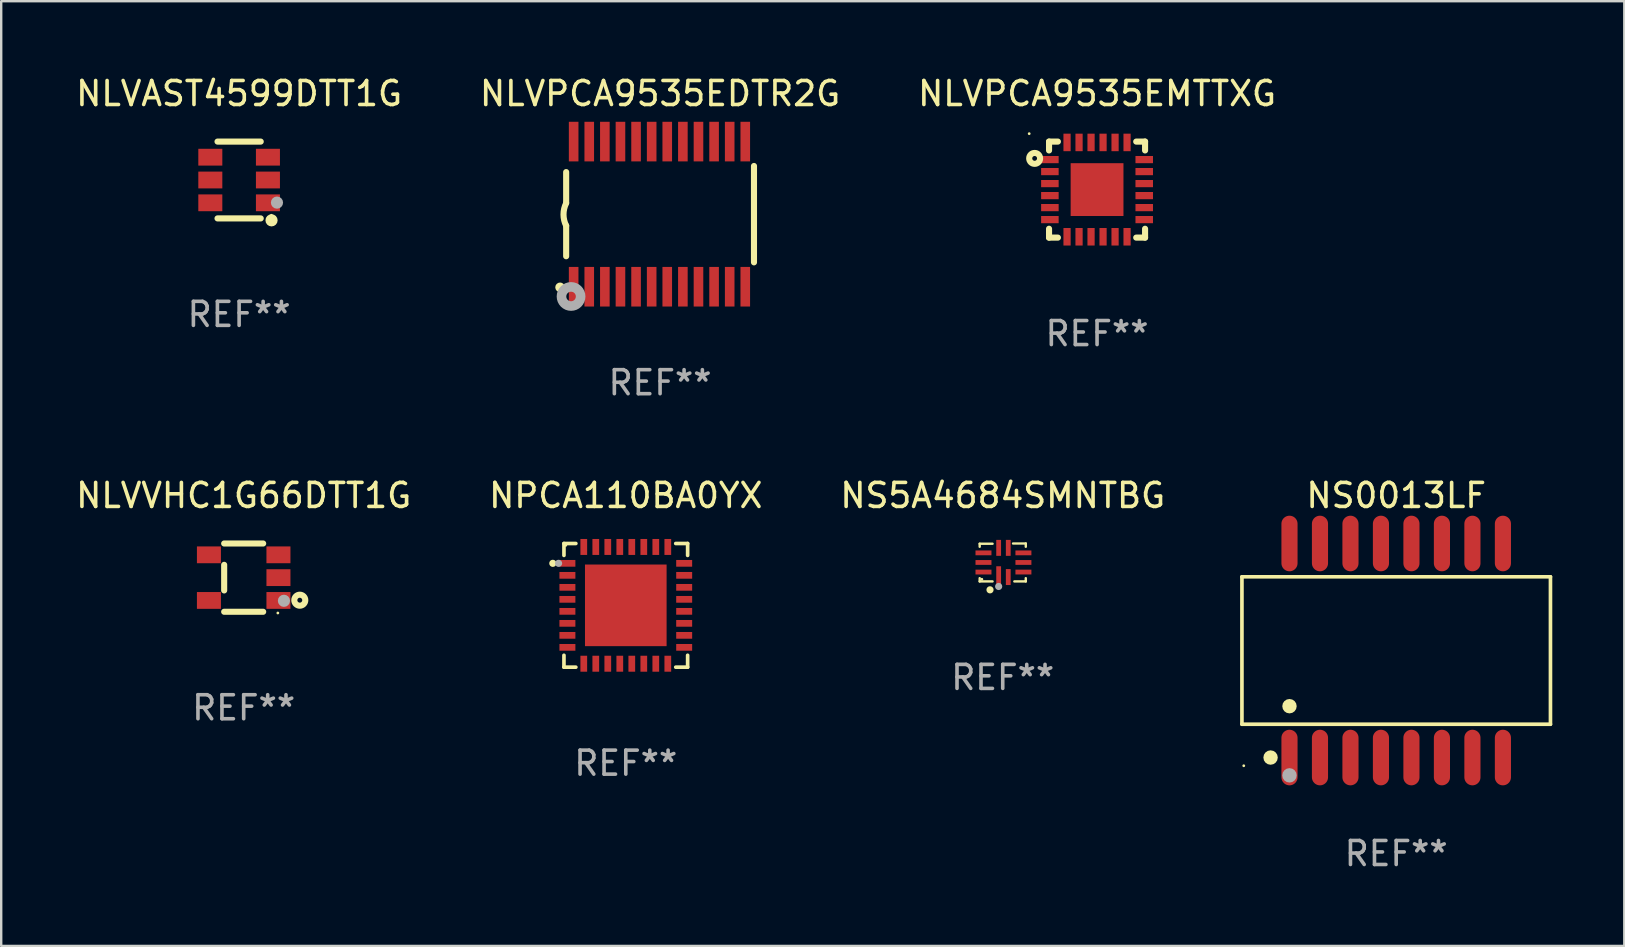
<source format=kicad_pcb>
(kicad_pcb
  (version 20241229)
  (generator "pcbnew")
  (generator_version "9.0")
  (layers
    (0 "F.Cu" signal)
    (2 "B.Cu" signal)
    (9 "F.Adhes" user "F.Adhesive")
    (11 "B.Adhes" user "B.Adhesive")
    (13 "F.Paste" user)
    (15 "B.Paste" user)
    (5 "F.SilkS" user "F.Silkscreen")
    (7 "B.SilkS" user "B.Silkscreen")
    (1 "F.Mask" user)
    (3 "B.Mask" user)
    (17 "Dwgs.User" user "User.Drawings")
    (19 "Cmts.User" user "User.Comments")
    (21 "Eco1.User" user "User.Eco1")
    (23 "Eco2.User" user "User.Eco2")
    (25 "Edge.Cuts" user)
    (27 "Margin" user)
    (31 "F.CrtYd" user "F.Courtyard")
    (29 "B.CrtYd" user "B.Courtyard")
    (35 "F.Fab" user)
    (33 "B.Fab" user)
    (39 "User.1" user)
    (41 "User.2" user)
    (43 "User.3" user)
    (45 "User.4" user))
  (footprint "NS0013LF"
    (layer "F.Cu")
    (at 55.11 24.048)
    (property "Reference" "NS0013LF" (at 0 -6.458 0) (layer "F.SilkS") (effects (font (size 1 1) (thickness 0.15))))
    (attr through_hole)
    (fp_line (start -6.426 -3.071) (end 6.426 -3.071) (stroke (width 0.152) (type solid)) (layer "F.SilkS"))
    (fp_line (start -6.426 3.071) (end -6.426 -3.071) (stroke (width 0.152) (type solid)) (layer "F.SilkS"))
    (fp_line (start 6.426 -3.071) (end 6.426 3.071) (stroke (width 0.152) (type solid)) (layer "F.SilkS"))
    (fp_line (start 6.426 3.071) (end -6.426 3.071) (stroke (width 0.152) (type solid)) (layer "F.SilkS"))
    (fp_circle (center -6.35 4.8) (end -6.32 4.8) (stroke (width 0.06) (type solid)) (fill no) (layer "F.SilkS"))
    (fp_circle (center -5.233 4.458) (end -5.083 4.458) (stroke (width 0.3) (type solid)) (fill no) (layer "F.SilkS"))
    (fp_circle (center -4.445 2.319) (end -4.295 2.319) (stroke (width 0.3) (type solid)) (fill no) (layer "F.SilkS"))
    (fp_circle (center -4.445 5.2) (end -4.295 5.2) (stroke (width 0.3) (type solid)) (fill no) (layer "F.Fab"))
    (fp_text user "REF**" (at 0 8.458 0) (layer "F.Fab") (effects (font (size 1 1) (thickness 0.15))))
    (pad "1" smd oval (at -4.445 4.458) (size 0.672 2.316) (layers "F.Cu" "F.Mask" "F.Paste"))
    (pad "2" smd oval (at -3.175 4.458) (size 0.672 2.316) (layers "F.Cu" "F.Mask" "F.Paste"))
    (pad "3" smd oval (at -1.905 4.458) (size 0.672 2.316) (layers "F.Cu" "F.Mask" "F.Paste"))
    (pad "4" smd oval (at -0.635 4.458) (size 0.672 2.316) (layers "F.Cu" "F.Mask" "F.Paste"))
    (pad "5" smd oval (at 0.635 4.458) (size 0.672 2.316) (layers "F.Cu" "F.Mask" "F.Paste"))
    (pad "6" smd oval (at 1.905 4.458) (size 0.672 2.316) (layers "F.Cu" "F.Mask" "F.Paste"))
    (pad "7" smd oval (at 3.175 4.458) (size 0.672 2.316) (layers "F.Cu" "F.Mask" "F.Paste"))
    (pad "8" smd oval (at 4.445 4.458) (size 0.672 2.316) (layers "F.Cu" "F.Mask" "F.Paste"))
    (pad "9" smd oval (at 4.445 -4.458) (size 0.672 2.316) (layers "F.Cu" "F.Mask" "F.Paste"))
    (pad "10" smd oval (at 3.175 -4.458) (size 0.672 2.316) (layers "F.Cu" "F.Mask" "F.Paste"))
    (pad "11" smd oval (at 1.905 -4.458) (size 0.672 2.316) (layers "F.Cu" "F.Mask" "F.Paste"))
    (pad "12" smd oval (at 0.635 -4.458) (size 0.672 2.316) (layers "F.Cu" "F.Mask" "F.Paste"))
    (pad "13" smd oval (at -0.635 -4.458) (size 0.672 2.316) (layers "F.Cu" "F.Mask" "F.Paste"))
    (pad "14" smd oval (at -1.905 -4.458) (size 0.672 2.316) (layers "F.Cu" "F.Mask" "F.Paste"))
    (pad "15" smd oval (at -3.175 -4.458) (size 0.672 2.316) (layers "F.Cu" "F.Mask" "F.Paste"))
    (pad "16" smd oval (at -4.445 -4.458) (size 0.672 2.316) (layers "F.Cu" "F.Mask" "F.Paste")))
  (footprint "NLVPCA9535EDTR2G"
    (layer "F.Cu")
    (at 24.446 5.871)
    (property "Reference" "NLVPCA9535EDTR2G" (at 0 -5.023 0) (layer "F.SilkS") (effects (font (size 1 1) (thickness 0.15))))
    (attr through_hole)
    (fp_line (start -3.912 -0.483) (end -3.912 -1.753) (stroke (width 0.254) (type solid)) (layer "F.SilkS"))
    (fp_line (start -3.912 1.753) (end -3.912 0.483) (stroke (width 0.254) (type solid)) (layer "F.SilkS"))
    (fp_line (start 3.912 -2.007) (end 3.912 2.007) (stroke (width 0.254) (type solid)) (layer "F.SilkS"))
    (fp_arc (start -3.911608 0.482601) (mid -4.022537 0.0127) (end -3.911608 -0.457201) (stroke (width 0.254001) (type solid)) (layer "F.SilkS"))
    (fp_circle (center -4.166 3.048) (end -4.066 3.048) (stroke (width 0.2) (type solid)) (fill no) (layer "F.SilkS"))
    (fp_circle (center -3.925 3.186) (end -3.895 3.186) (stroke (width 0.06) (type solid)) (fill no) (layer "F.SilkS"))
    (fp_circle (center -3.708 3.429) (end -3.509 3.429) (stroke (width 0.4) (type solid)) (fill no) (layer "F.Fab"))
    (fp_text user "REF**" (at 0 7.023 0) (layer "F.Fab") (effects (font (size 1 1) (thickness 0.15))))
    (pad "1" smd rect (at -3.6 3.023) (size 0.4 1.65) (layers "F.Cu" "F.Mask" "F.Paste"))
    (pad "2" smd rect (at -2.95 3.023) (size 0.4 1.65) (layers "F.Cu" "F.Mask" "F.Paste"))
    (pad "3" smd rect (at -2.3 3.023) (size 0.4 1.65) (layers "F.Cu" "F.Mask" "F.Paste"))
    (pad "4" smd rect (at -1.65 3.023) (size 0.4 1.65) (layers "F.Cu" "F.Mask" "F.Paste"))
    (pad "5" smd rect (at -1 3.023) (size 0.4 1.65) (layers "F.Cu" "F.Mask" "F.Paste"))
    (pad "6" smd rect (at -0.35 3.023) (size 0.4 1.65) (layers "F.Cu" "F.Mask" "F.Paste"))
    (pad "7" smd rect (at 0.299 3.023) (size 0.4 1.65) (layers "F.Cu" "F.Mask" "F.Paste"))
    (pad "8" smd rect (at 0.95 3.023) (size 0.4 1.65) (layers "F.Cu" "F.Mask" "F.Paste"))
    (pad "9" smd rect (at 1.6 3.023) (size 0.4 1.65) (layers "F.Cu" "F.Mask" "F.Paste"))
    (pad "10" smd rect (at 2.25 3.023) (size 0.4 1.65) (layers "F.Cu" "F.Mask" "F.Paste"))
    (pad "11" smd rect (at 2.9 3.023) (size 0.4 1.65) (layers "F.Cu" "F.Mask" "F.Paste"))
    (pad "12" smd rect (at 3.549 3.023) (size 0.4 1.65) (layers "F.Cu" "F.Mask" "F.Paste"))
    (pad "13" smd rect (at 3.549 -3.023) (size 0.4 1.65) (layers "F.Cu" "F.Mask" "F.Paste"))
    (pad "14" smd rect (at 2.9 -3.023) (size 0.4 1.65) (layers "F.Cu" "F.Mask" "F.Paste"))
    (pad "15" smd rect (at 2.25 -3.023) (size 0.4 1.65) (layers "F.Cu" "F.Mask" "F.Paste"))
    (pad "16" smd rect (at 1.6 -3.023) (size 0.4 1.65) (layers "F.Cu" "F.Mask" "F.Paste"))
    (pad "17" smd rect (at 0.95 -3.023) (size 0.4 1.65) (layers "F.Cu" "F.Mask" "F.Paste"))
    (pad "18" smd rect (at 0.299 -3.023) (size 0.4 1.65) (layers "F.Cu" "F.Mask" "F.Paste"))
    (pad "19" smd rect (at -0.35 -3.023) (size 0.4 1.65) (layers "F.Cu" "F.Mask" "F.Paste"))
    (pad "20" smd rect (at -1 -3.023) (size 0.4 1.65) (layers "F.Cu" "F.Mask" "F.Paste"))
    (pad "21" smd rect (at -1.65 -3.023) (size 0.4 1.65) (layers "F.Cu" "F.Mask" "F.Paste"))
    (pad "22" smd rect (at -2.3 -3.023) (size 0.4 1.65) (layers "F.Cu" "F.Mask" "F.Paste"))
    (pad "23" smd rect (at -2.95 -3.023) (size 0.4 1.65) (layers "F.Cu" "F.Mask" "F.Paste"))
    (pad "24" smd rect (at -3.6 -3.023) (size 0.4 1.65) (layers "F.Cu" "F.Mask" "F.Paste")))
  (footprint "NLVVHC1G66DTT1G"
    (layer "F.Cu")
    (at 7.101 21.012)
    (property "Reference" "NLVVHC1G66DTT1G" (at 0 -3.422 0) (layer "F.SilkS") (effects (font (size 1 1) (thickness 0.15))))
    (attr through_hole)
    (fp_line (start -0.813 -1.422) (end 0.812 -1.422) (stroke (width 0.254) (type solid)) (layer "F.SilkS"))
    (fp_line (start -0.813 0.533) (end -0.813 -0.533) (stroke (width 0.254) (type solid)) (layer "F.SilkS"))
    (fp_line (start 0.812 1.422) (end -0.813 1.422) (stroke (width 0.254) (type solid)) (layer "F.SilkS"))
    (fp_circle (center 1.423 1.473) (end 1.453 1.473) (stroke (width 0.06) (type solid)) (fill no) (layer "F.SilkS"))
    (fp_circle (center 2.337 0.94) (end 2.439 0.94) (stroke (width 0.254) (type solid)) (fill no) (layer "F.SilkS"))
    (fp_circle (center 1.677 0.965) (end 1.804 0.965) (stroke (width 0.254) (type solid)) (fill no) (layer "F.Fab"))
    (fp_text user "REF**" (at 0 5.422 0) (layer "F.Fab") (effects (font (size 1 1) (thickness 0.15))))
    (pad "1" smd rect (at 1.448 0.95 90) (size 0.7 1) (layers "F.Cu" "F.Mask" "F.Paste"))
    (pad "2" smd rect (at 1.448 0.000127 90) (size 0.7 1) (layers "F.Cu" "F.Mask" "F.Paste"))
    (pad "3" smd rect (at 1.448 -0.95 90) (size 0.7 1) (layers "F.Cu" "F.Mask" "F.Paste"))
    (pad "4" smd rect (at -1.448 -0.95 90) (size 0.7 1) (layers "F.Cu" "F.Mask" "F.Paste"))
    (pad "5" smd rect (at -1.448 0.95 90) (size 0.7 1) (layers "F.Cu" "F.Mask" "F.Paste")))
  (footprint "NS5A4684SMNTBG"
    (layer "F.Cu")
    (at 38.72 20.38)
    (property "Reference" "NS5A4684SMNTBG" (at 0 -2.79 0) (layer "F.SilkS") (effects (font (size 1 1) (thickness 0.15))))
    (attr through_hole)
    (fp_line (start -0.96 -0.78) (end -0.424 -0.78) (stroke (width 0.1) (type solid)) (layer "F.SilkS"))
    (fp_line (start -0.96 -0.654) (end -0.96 -0.78) (stroke (width 0.1) (type solid)) (layer "F.SilkS"))
    (fp_line (start -0.96 0.79) (end -0.96 0.654) (stroke (width 0.1) (type solid)) (layer "F.SilkS"))
    (fp_line (start -0.424 0.79) (end -0.96 0.79) (stroke (width 0.1) (type solid)) (layer "F.SilkS"))
    (fp_line (start 0.43 -0.79) (end 0.96 -0.79) (stroke (width 0.1) (type solid)) (layer "F.SilkS"))
    (fp_line (start 0.96 -0.79) (end 0.96 -0.654) (stroke (width 0.1) (type solid)) (layer "F.SilkS"))
    (fp_line (start 0.96 0.654) (end 0.96 0.76) (stroke (width 0.1) (type solid)) (layer "F.SilkS"))
    (fp_line (start 0.96 0.76) (end 0.96 0.79) (stroke (width 0.1) (type solid)) (layer "F.SilkS"))
    (fp_line (start 0.96 0.79) (end 0.484 0.79) (stroke (width 0.1) (type solid)) (layer "F.SilkS"))
    (fp_circle (center -0.87 0.7) (end -0.84 0.7) (stroke (width 0.06) (type solid)) (fill no) (layer "F.SilkS"))
    (fp_circle (center -0.53 1.14) (end -0.455 1.14) (stroke (width 0.15) (type solid)) (fill no) (layer "F.SilkS"))
    (fp_circle (center -0.17 1) (end -0.095 1) (stroke (width 0.15) (type solid)) (fill no) (layer "F.Fab"))
    (fp_text user "REF**" (at 0 4.79 0) (layer "F.Fab") (effects (font (size 1 1) (thickness 0.15))))
    (pad "1" smd rect (at -0.17 0.608) (size 0.2 0.9) (layers "F.Cu" "F.Mask" "F.Paste"))
    (pad "2" smd rect (at 0.23 0.608) (size 0.2 0.665) (layers "F.Cu" "F.Mask" "F.Paste"))
    (pad "3" smd rect (at 0.862 0.4) (size 0.665 0.2) (layers "F.Cu" "F.Mask" "F.Paste"))
    (pad "4" smd rect (at 0.862 0) (size 0.665 0.2) (layers "F.Cu" "F.Mask" "F.Paste"))
    (pad "5" smd rect (at 0.862 -0.4) (size 0.665 0.2) (layers "F.Cu" "F.Mask" "F.Paste"))
    (pad "6" smd rect (at 0.23 -0.608) (size 0.2 0.665) (layers "F.Cu" "F.Mask" "F.Paste"))
    (pad "7" smd rect (at -0.17 -0.608) (size 0.2 0.665) (layers "F.Cu" "F.Mask" "F.Paste"))
    (pad "8" smd rect (at -0.802 -0.4) (size 0.665 0.2) (layers "F.Cu" "F.Mask" "F.Paste"))
    (pad "9" smd rect (at -0.802 0) (size 0.665 0.2) (layers "F.Cu" "F.Mask" "F.Paste"))
    (pad "10" smd rect (at -0.802 0.4) (size 0.665 0.2) (layers "F.Cu" "F.Mask" "F.Paste")))
  (footprint "NLVAST4599DTT1G"
    (layer "F.Cu")
    (at 6.911 4.448)
    (property "Reference" "NLVAST4599DTT1G" (at 0 -3.6 0) (layer "F.SilkS") (effects (font (size 1 1) (thickness 0.15))))
    (attr through_hole)
    (fp_line (start -0.9 -1.6) (end 0.9 -1.6) (stroke (width 0.254) (type solid)) (layer "F.SilkS"))
    (fp_line (start -0.9 1.6) (end 0.9 1.6) (stroke (width 0.254) (type solid)) (layer "F.SilkS"))
    (fp_circle (center 1.345 1.47) (end 1.375 1.47) (stroke (width 0.06) (type solid)) (fill no) (layer "F.SilkS"))
    (fp_circle (center 1.35 1.68) (end 1.477 1.68) (stroke (width 0.254) (type solid)) (fill no) (layer "F.SilkS"))
    (fp_circle (center 1.577 0.942) (end 1.704 0.942) (stroke (width 0.254) (type solid)) (fill no) (layer "F.Fab"))
    (fp_text user "REF**" (at 0 5.6 0) (layer "F.Fab") (effects (font (size 1 1) (thickness 0.15))))
    (pad "1" smd rect (at 1.2 0.95) (size 1 0.7) (layers "F.Cu" "F.Mask" "F.Paste"))
    (pad "2" smd rect (at 1.2 0.000102) (size 1 0.7) (layers "F.Cu" "F.Mask" "F.Paste"))
    (pad "3" smd rect (at 1.2 -0.95) (size 1 0.7) (layers "F.Cu" "F.Mask" "F.Paste"))
    (pad "4" smd rect (at -1.2 -0.95) (size 1 0.7) (layers "F.Cu" "F.Mask" "F.Paste"))
    (pad "5" smd rect (at -1.2 0.000102) (size 1 0.7) (layers "F.Cu" "F.Mask" "F.Paste"))
    (pad "6" smd rect (at -1.2 0.95) (size 1 0.7) (layers "F.Cu" "F.Mask" "F.Paste")))
  (footprint "NLVPCA9535EMTTXG"
    (layer "F.Cu")
    (at 42.649 4.848)
    (property "Reference" "NLVPCA9535EMTTXG" (at 0 -4 0) (layer "F.SilkS") (effects (font (size 1 1) (thickness 0.15))))
    (attr through_hole)
    (fp_line (start -2 -2) (end -1.631 -2) (stroke (width 0.254) (type solid)) (layer "F.SilkS"))
    (fp_line (start -2 -1.631) (end -2 -2) (stroke (width 0.254) (type solid)) (layer "F.SilkS"))
    (fp_line (start -2 2) (end -2 1.631) (stroke (width 0.254) (type solid)) (layer "F.SilkS"))
    (fp_line (start -1.631 2) (end -2 2) (stroke (width 0.254) (type solid)) (layer "F.SilkS"))
    (fp_line (start 1.631 -2) (end 2 -2) (stroke (width 0.254) (type solid)) (layer "F.SilkS"))
    (fp_line (start 2 -2) (end 2 -1.631) (stroke (width 0.254) (type solid)) (layer "F.SilkS"))
    (fp_line (start 2 1.631) (end 2 2) (stroke (width 0.254) (type solid)) (layer "F.SilkS"))
    (fp_line (start 2 2) (end 1.631 2) (stroke (width 0.254) (type solid)) (layer "F.SilkS"))
    (fp_circle (center -2.827 -2.33) (end -2.797 -2.33) (stroke (width 0.06) (type solid)) (fill no) (layer "F.SilkS"))
    (fp_circle (center -2.6 -1.3) (end -2.5 -1.3) (stroke (width 0.254) (type solid)) (fill no) (layer "F.SilkS"))
    (fp_text user "REF**" (at 0 6 0) (layer "F.Fab") (effects (font (size 1 1) (thickness 0.15))))
    (pad "1" smd rect (at -1.965 -1.25) (size 0.73 0.3) (layers "F.Cu" "F.Mask" "F.Paste"))
    (pad "2" smd rect (at -1.965 -0.75) (size 0.73 0.3) (layers "F.Cu" "F.Mask" "F.Paste"))
    (pad "3" smd rect (at -1.965 -0.25) (size 0.73 0.3) (layers "F.Cu" "F.Mask" "F.Paste"))
    (pad "4" smd rect (at -1.965 0.25) (size 0.73 0.3) (layers "F.Cu" "F.Mask" "F.Paste"))
    (pad "5" smd rect (at -1.965 0.75) (size 0.73 0.3) (layers "F.Cu" "F.Mask" "F.Paste"))
    (pad "6" smd rect (at -1.965 1.25) (size 0.73 0.3) (layers "F.Cu" "F.Mask" "F.Paste"))
    (pad "7" smd rect (at -1.25 1.965) (size 0.3 0.73) (layers "F.Cu" "F.Mask" "F.Paste"))
    (pad "8" smd rect (at -0.75 1.965) (size 0.3 0.73) (layers "F.Cu" "F.Mask" "F.Paste"))
    (pad "9" smd rect (at -0.25 1.965) (size 0.3 0.73) (layers "F.Cu" "F.Mask" "F.Paste"))
    (pad "10" smd rect (at 0.25 1.965) (size 0.3 0.73) (layers "F.Cu" "F.Mask" "F.Paste"))
    (pad "11" smd rect (at 0.75 1.965) (size 0.3 0.73) (layers "F.Cu" "F.Mask" "F.Paste"))
    (pad "12" smd rect (at 1.25 1.965) (size 0.3 0.73) (layers "F.Cu" "F.Mask" "F.Paste"))
    (pad "13" smd rect (at 1.965 1.25) (size 0.73 0.3) (layers "F.Cu" "F.Mask" "F.Paste"))
    (pad "14" smd rect (at 1.965 0.75) (size 0.73 0.3) (layers "F.Cu" "F.Mask" "F.Paste"))
    (pad "15" smd rect (at 1.965 0.25) (size 0.73 0.3) (layers "F.Cu" "F.Mask" "F.Paste"))
    (pad "16" smd rect (at 1.965 -0.25) (size 0.73 0.3) (layers "F.Cu" "F.Mask" "F.Paste"))
    (pad "17" smd rect (at 1.965 -0.75) (size 0.73 0.3) (layers "F.Cu" "F.Mask" "F.Paste"))
    (pad "18" smd rect (at 1.965 -1.25) (size 0.73 0.3) (layers "F.Cu" "F.Mask" "F.Paste"))
    (pad "19" smd rect (at 1.25 -1.965) (size 0.3 0.73) (layers "F.Cu" "F.Mask" "F.Paste"))
    (pad "20" smd rect (at 0.75 -1.965) (size 0.3 0.73) (layers "F.Cu" "F.Mask" "F.Paste"))
    (pad "21" smd rect (at 0.25 -1.965) (size 0.3 0.73) (layers "F.Cu" "F.Mask" "F.Paste"))
    (pad "22" smd rect (at -0.25 -1.965) (size 0.3 0.73) (layers "F.Cu" "F.Mask" "F.Paste"))
    (pad "23" smd rect (at -0.75 -1.965) (size 0.3 0.73) (layers "F.Cu" "F.Mask" "F.Paste"))
    (pad "24" smd rect (at -1.25 -1.965) (size 0.3 0.73) (layers "F.Cu" "F.Mask" "F.Paste"))
    (pad "25" smd rect (at 0 0) (size 2.2 2.2) (layers "F.Cu" "F.Mask" "F.Paste")))
  (footprint "NPCA110BA0YX"
    (layer "F.Cu")
    (at 23.018 22.166)
    (property "Reference" "NPCA110BA0YX" (at 0 -4.576 0) (layer "F.SilkS") (effects (font (size 1 1) (thickness 0.15))))
    (attr through_hole)
    (fp_line (start -2.576 -2.576) (end -2.576 -2.08) (stroke (width 0.152) (type solid)) (layer "F.SilkS"))
    (fp_line (start -2.576 2.576) (end -2.576 2.08) (stroke (width 0.152) (type solid)) (layer "F.SilkS"))
    (fp_line (start -2.08 -2.576) (end -2.576 -2.576) (stroke (width 0.152) (type solid)) (layer "F.SilkS"))
    (fp_line (start -2.08 2.576) (end -2.576 2.576) (stroke (width 0.152) (type solid)) (layer "F.SilkS"))
    (fp_line (start 2.08 -2.576) (end 2.576 -2.576) (stroke (width 0.152) (type solid)) (layer "F.SilkS"))
    (fp_line (start 2.08 2.576) (end 2.576 2.576) (stroke (width 0.152) (type solid)) (layer "F.SilkS"))
    (fp_line (start 2.576 -2.576) (end 2.576 -2.08) (stroke (width 0.152) (type solid)) (layer "F.SilkS"))
    (fp_line (start 2.576 2.576) (end 2.576 2.08) (stroke (width 0.152) (type solid)) (layer "F.SilkS"))
    (fp_circle (center -3.04 -1.75) (end -2.965 -1.75) (stroke (width 0.15) (type solid)) (fill no) (layer "F.SilkS"))
    (fp_circle (center -2.5 -2.5) (end -2.47 -2.5) (stroke (width 0.06) (type solid)) (fill no) (layer "F.SilkS"))
    (fp_circle (center -2.8 -1.75) (end -2.725 -1.75) (stroke (width 0.15) (type solid)) (fill no) (layer "F.Fab"))
    (fp_text user "REF**" (at 0 6.576 0) (layer "F.Fab") (effects (font (size 1 1) (thickness 0.15))))
    (pad "1" smd rect (at -2.432 -1.75) (size 0.665 0.28) (layers "F.Cu" "F.Mask" "F.Paste"))
    (pad "2" smd rect (at -2.432 -1.25) (size 0.665 0.28) (layers "F.Cu" "F.Mask" "F.Paste"))
    (pad "3" smd rect (at -2.432 -0.75) (size 0.665 0.28) (layers "F.Cu" "F.Mask" "F.Paste"))
    (pad "4" smd rect (at -2.432 -0.25) (size 0.665 0.28) (layers "F.Cu" "F.Mask" "F.Paste"))
    (pad "5" smd rect (at -2.432 0.25) (size 0.665 0.28) (layers "F.Cu" "F.Mask" "F.Paste"))
    (pad "6" smd rect (at -2.432 0.75) (size 0.665 0.28) (layers "F.Cu" "F.Mask" "F.Paste"))
    (pad "7" smd rect (at -2.432 1.25) (size 0.665 0.28) (layers "F.Cu" "F.Mask" "F.Paste"))
    (pad "8" smd rect (at -2.432 1.75) (size 0.665 0.28) (layers "F.Cu" "F.Mask" "F.Paste"))
    (pad "9" smd rect (at -1.75 2.432) (size 0.28 0.665) (layers "F.Cu" "F.Mask" "F.Paste"))
    (pad "10" smd rect (at -1.25 2.432) (size 0.28 0.665) (layers "F.Cu" "F.Mask" "F.Paste"))
    (pad "11" smd rect (at -0.75 2.432) (size 0.28 0.665) (layers "F.Cu" "F.Mask" "F.Paste"))
    (pad "12" smd rect (at -0.25 2.432) (size 0.28 0.665) (layers "F.Cu" "F.Mask" "F.Paste"))
    (pad "13" smd rect (at 0.25 2.432) (size 0.28 0.665) (layers "F.Cu" "F.Mask" "F.Paste"))
    (pad "14" smd rect (at 0.75 2.432) (size 0.28 0.665) (layers "F.Cu" "F.Mask" "F.Paste"))
    (pad "15" smd rect (at 1.25 2.432) (size 0.28 0.665) (layers "F.Cu" "F.Mask" "F.Paste"))
    (pad "16" smd rect (at 1.75 2.432) (size 0.28 0.665) (layers "F.Cu" "F.Mask" "F.Paste"))
    (pad "17" smd rect (at 2.432 1.75) (size 0.665 0.28) (layers "F.Cu" "F.Mask" "F.Paste"))
    (pad "18" smd rect (at 2.432 1.25) (size 0.665 0.28) (layers "F.Cu" "F.Mask" "F.Paste"))
    (pad "19" smd rect (at 2.432 0.75) (size 0.665 0.28) (layers "F.Cu" "F.Mask" "F.Paste"))
    (pad "20" smd rect (at 2.432 0.25) (size 0.665 0.28) (layers "F.Cu" "F.Mask" "F.Paste"))
    (pad "21" smd rect (at 2.432 -0.25) (size 0.665 0.28) (layers "F.Cu" "F.Mask" "F.Paste"))
    (pad "22" smd rect (at 2.432 -0.75) (size 0.665 0.28) (layers "F.Cu" "F.Mask" "F.Paste"))
    (pad "23" smd rect (at 2.432 -1.25) (size 0.665 0.28) (layers "F.Cu" "F.Mask" "F.Paste"))
    (pad "24" smd rect (at 2.432 -1.75) (size 0.665 0.28) (layers "F.Cu" "F.Mask" "F.Paste"))
    (pad "25" smd rect (at 1.75 -2.432) (size 0.28 0.665) (layers "F.Cu" "F.Mask" "F.Paste"))
    (pad "26" smd rect (at 1.25 -2.432) (size 0.28 0.665) (layers "F.Cu" "F.Mask" "F.Paste"))
    (pad "27" smd rect (at 0.75 -2.432) (size 0.28 0.665) (layers "F.Cu" "F.Mask" "F.Paste"))
    (pad "28" smd rect (at 0.25 -2.432) (size 0.28 0.665) (layers "F.Cu" "F.Mask" "F.Paste"))
    (pad "29" smd rect (at -0.25 -2.432) (size 0.28 0.665) (layers "F.Cu" "F.Mask" "F.Paste"))
    (pad "30" smd rect (at -0.75 -2.432) (size 0.28 0.665) (layers "F.Cu" "F.Mask" "F.Paste"))
    (pad "31" smd rect (at -1.25 -2.432) (size 0.28 0.665) (layers "F.Cu" "F.Mask" "F.Paste"))
    (pad "32" smd rect (at -1.75 -2.432) (size 0.28 0.665) (layers "F.Cu" "F.Mask" "F.Paste"))
    (pad "33" smd rect (at 0 0) (size 3.4 3.4) (layers "F.Cu" "F.Mask" "F.Paste")))
  (gr_rect
    (start -3 -3)
    (end 64.612 36.354)
    (stroke (width 0.1) (type default))
    (fill no)
    (layer "Edge.Cuts")))
</source>
